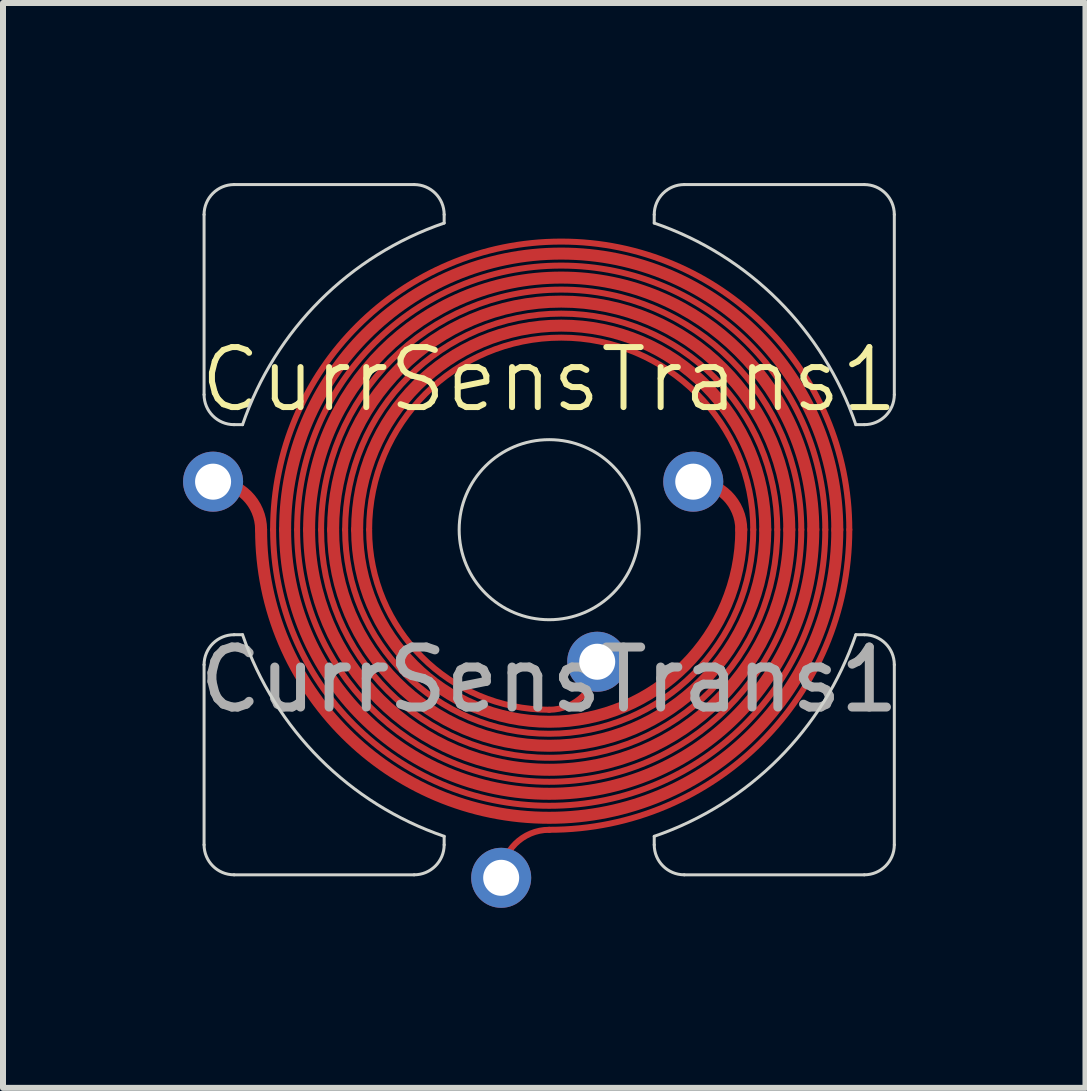
<source format=kicad_pcb>
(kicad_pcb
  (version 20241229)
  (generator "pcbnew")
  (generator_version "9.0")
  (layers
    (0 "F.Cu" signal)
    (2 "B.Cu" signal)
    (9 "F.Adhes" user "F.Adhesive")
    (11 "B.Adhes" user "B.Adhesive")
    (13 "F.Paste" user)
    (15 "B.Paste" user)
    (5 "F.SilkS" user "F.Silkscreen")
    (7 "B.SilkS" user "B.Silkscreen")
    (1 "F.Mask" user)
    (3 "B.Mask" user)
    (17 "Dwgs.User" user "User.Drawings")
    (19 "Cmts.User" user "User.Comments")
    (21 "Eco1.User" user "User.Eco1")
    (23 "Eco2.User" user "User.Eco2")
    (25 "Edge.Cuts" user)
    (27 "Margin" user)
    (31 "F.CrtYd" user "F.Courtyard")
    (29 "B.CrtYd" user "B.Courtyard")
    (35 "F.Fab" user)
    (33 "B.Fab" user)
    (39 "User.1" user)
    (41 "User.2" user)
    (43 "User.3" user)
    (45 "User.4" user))
  (footprint "CurrSensTrans1"
    (layer "F.Cu")
    (at 6.1 5.775)
    (property "Reference" "CurrSensTrans1" (at 0 -2.5 0) (unlocked yes) (layer "F.SilkS") (effects (font (size 1 1) (thickness 0.1))))
    (attr through_hole)
    (fp_arc (start -5.6 -0.8) (mid -5.034315 -0.565685) (end -4.8 0) (stroke (width 0.2) (type solid)) (layer "F.Cu"))
    (fp_arc (start -4.6 0) (mid 0.2 -4.8) (end 5 0) (stroke (width 0.1) (type solid)) (layer "F.Cu"))
    (fp_arc (start -4.4 0) (mid 0.2 -4.6) (end 4.8 0) (stroke (width 0.2) (type solid)) (layer "F.Cu"))
    (fp_arc (start -4.2 0) (mid 0.2 -4.4) (end 4.6 0) (stroke (width 0.1) (type solid)) (layer "F.Cu"))
    (fp_arc (start -4 0) (mid 0.2 -4.2) (end 4.4 0) (stroke (width 0.2) (type solid)) (layer "F.Cu"))
    (fp_arc (start -3.8 0) (mid 0.2 -4) (end 4.2 0) (stroke (width 0.1) (type solid)) (layer "F.Cu"))
    (fp_arc (start -3.6 0) (mid 0.2 -3.8) (end 4 0) (stroke (width 0.2) (type solid)) (layer "F.Cu"))
    (fp_arc (start -3.4 0) (mid 0.2 -3.6) (end 3.8 0) (stroke (width 0.1) (type solid)) (layer "F.Cu"))
    (fp_arc (start -3.2 0) (mid 0.2 -3.4) (end 3.6 0) (stroke (width 0.2) (type solid)) (layer "F.Cu"))
    (fp_arc (start -3 0) (mid 0.2 -3.2) (end 3.4 0) (stroke (width 0.1) (type solid)) (layer "F.Cu"))
    (fp_arc (start -0.8 5.8) (mid -0.565685 5.234315) (end 0 5) (stroke (width 0.1) (type solid)) (layer "F.Cu"))
    (fp_arc (start 0 3) (mid -2.121321 2.121321) (end -3 0) (stroke (width 0.1) (type solid)) (layer "F.Cu"))
    (fp_arc (start 0.8 2.2) (mid 0.565685 2.765685) (end 0 3) (stroke (width 0.1) (type solid)) (layer "F.Cu"))
    (fp_arc (start 2.4 -0.8) (mid 2.965685 -0.565685) (end 3.2 0) (stroke (width 0.2) (type solid)) (layer "F.Cu"))
    (fp_arc (start 3.2 0) (mid 0 3.2) (end -3.2 0) (stroke (width 0.2) (type solid)) (layer "F.Cu"))
    (fp_arc (start 3.4 0) (mid 0 3.4) (end -3.4 0) (stroke (width 0.1) (type solid)) (layer "F.Cu"))
    (fp_arc (start 3.6 0) (mid 0 3.6) (end -3.6 0) (stroke (width 0.2) (type solid)) (layer "F.Cu"))
    (fp_arc (start 3.8 0) (mid 0 3.8) (end -3.8 0) (stroke (width 0.1) (type solid)) (layer "F.Cu"))
    (fp_arc (start 4 0) (mid 0 4) (end -4 0) (stroke (width 0.2) (type solid)) (layer "F.Cu"))
    (fp_arc (start 4.2 0) (mid 0 4.2) (end -4.2 0) (stroke (width 0.1) (type solid)) (layer "F.Cu"))
    (fp_arc (start 4.4 0) (mid 0 4.4) (end -4.4 0) (stroke (width 0.2) (type solid)) (layer "F.Cu"))
    (fp_arc (start 4.6 0) (mid 0 4.6) (end -4.6 0) (stroke (width 0.1) (type solid)) (layer "F.Cu"))
    (fp_arc (start 4.8 0) (mid 0 4.8) (end -4.8 0) (stroke (width 0.2) (type solid)) (layer "F.Cu"))
    (fp_arc (start 5 0) (mid 3.535535 3.535535) (end 0 5) (stroke (width 0.1) (type solid)) (layer "F.Cu"))
    (fp_line (start -5.75 -5.25) (end -5.75 -2.25) (stroke (width 0.05) (type default)) (layer "Edge.Cuts"))
    (fp_line (start -5.75 5.25) (end -5.75 2.25) (stroke (width 0.05) (type default)) (layer "Edge.Cuts"))
    (fp_line (start -5.25 -5.75) (end -2.25 -5.75) (stroke (width 0.05) (type default)) (layer "Edge.Cuts"))
    (fp_line (start -5.25 -1.75) (end -5.109 -1.75) (stroke (width 0.05) (type default)) (layer "Edge.Cuts"))
    (fp_line (start -5.25 1.75) (end -5.109 1.75) (stroke (width 0.05) (type default)) (layer "Edge.Cuts"))
    (fp_line (start -5.25 5.75) (end -2.25 5.75) (stroke (width 0.05) (type default)) (layer "Edge.Cuts"))
    (fp_line (start -1.75 -5.25) (end -1.75 -5.109) (stroke (width 0.05) (type default)) (layer "Edge.Cuts"))
    (fp_line (start -1.75 5.25) (end -1.75 5.109) (stroke (width 0.05) (type default)) (layer "Edge.Cuts"))
    (fp_line (start 1.75 -5.25) (end 1.75 -5.109) (stroke (width 0.05) (type default)) (layer "Edge.Cuts"))
    (fp_line (start 1.75 5.25) (end 1.75 5.109) (stroke (width 0.05) (type default)) (layer "Edge.Cuts"))
    (fp_line (start 5.25 -5.75) (end 2.25 -5.75) (stroke (width 0.05) (type default)) (layer "Edge.Cuts"))
    (fp_line (start 5.25 -1.75) (end 5.109 -1.75) (stroke (width 0.05) (type default)) (layer "Edge.Cuts"))
    (fp_line (start 5.25 1.75) (end 5.109 1.75) (stroke (width 0.05) (type default)) (layer "Edge.Cuts"))
    (fp_line (start 5.25 5.75) (end 2.25 5.75) (stroke (width 0.05) (type default)) (layer "Edge.Cuts"))
    (fp_line (start 5.75 -5.25) (end 5.75 -2.25) (stroke (width 0.05) (type default)) (layer "Edge.Cuts"))
    (fp_line (start 5.75 5.25) (end 5.75 2.25) (stroke (width 0.05) (type default)) (layer "Edge.Cuts"))
    (fp_arc (start -5.75 -5.25) (mid -5.603553 -5.603553) (end -5.25 -5.75) (stroke (width 0.05) (type solid)) (layer "Edge.Cuts"))
    (fp_arc (start -5.75 2.25) (mid -5.603553 1.896447) (end -5.25 1.75) (stroke (width 0.05) (type solid)) (layer "Edge.Cuts"))
    (fp_arc (start -5.25 -1.75) (mid -5.603553 -1.896447) (end -5.75 -2.25) (stroke (width 0.05) (type solid)) (layer "Edge.Cuts"))
    (fp_arc (start -5.25 5.75) (mid -5.603553 5.603553) (end -5.75 5.25) (stroke (width 0.05) (type solid)) (layer "Edge.Cuts"))
    (fp_arc (start -5.108571 -1.75) (mid -3.818377 -3.818377) (end -1.75 -5.108571) (stroke (width 0.05) (type solid)) (layer "Edge.Cuts"))
    (fp_arc (start -2.25 -5.75) (mid -1.896447 -5.603553) (end -1.75 -5.25) (stroke (width 0.05) (type solid)) (layer "Edge.Cuts"))
    (fp_arc (start -1.75 5.108571) (mid -3.818377 3.818377) (end -5.108571 1.75) (stroke (width 0.05) (type solid)) (layer "Edge.Cuts"))
    (fp_arc (start -1.75 5.25) (mid -1.896447 5.603553) (end -2.25 5.75) (stroke (width 0.05) (type solid)) (layer "Edge.Cuts"))
    (fp_arc (start 1.75 -5.25) (mid 1.896447 -5.603553) (end 2.25 -5.75) (stroke (width 0.05) (type solid)) (layer "Edge.Cuts"))
    (fp_arc (start 1.75 -5.108571) (mid 3.818377 -3.818377) (end 5.108571 -1.75) (stroke (width 0.05) (type solid)) (layer "Edge.Cuts"))
    (fp_arc (start 2.25 5.75) (mid 1.896447 5.603553) (end 1.75 5.25) (stroke (width 0.05) (type solid)) (layer "Edge.Cuts"))
    (fp_arc (start 5.108571 1.75) (mid 3.818377 3.818377) (end 1.75 5.108571) (stroke (width 0.05) (type solid)) (layer "Edge.Cuts"))
    (fp_arc (start 5.25 -5.75) (mid 5.603553 -5.603553) (end 5.75 -5.25) (stroke (width 0.05) (type solid)) (layer "Edge.Cuts"))
    (fp_arc (start 5.25 1.75) (mid 5.603553 1.896447) (end 5.75 2.25) (stroke (width 0.05) (type solid)) (layer "Edge.Cuts"))
    (fp_arc (start 5.75 -2.25) (mid 5.603553 -1.896447) (end 5.25 -1.75) (stroke (width 0.05) (type solid)) (layer "Edge.Cuts"))
    (fp_arc (start 5.75 5.25) (mid 5.603553 5.603553) (end 5.25 5.75) (stroke (width 0.05) (type solid)) (layer "Edge.Cuts"))
    (fp_circle (center 0 0) (end 1.5 0) (stroke (width 0.05) (type default)) (fill no) (layer "Edge.Cuts"))
    (fp_text user "${REFERENCE}" (at 0 2.5 0) (unlocked yes) (layer "F.Fab") (effects (font (size 1 1) (thickness 0.15))))
    (pad "1" thru_hole circle (at 2.4 -0.8) (size 1 1) (drill 0.6) (layers "*.Cu" "*.Mask"))
    (pad "2" thru_hole circle (at -5.6 -0.8) (size 1 1) (drill 0.6) (layers "*.Cu" "*.Mask"))
    (pad "3" thru_hole circle (at -0.8 5.8) (size 1 1) (drill 0.6) (layers "*.Cu" "*.Mask"))
    (pad "4" thru_hole circle (at 0.8 2.2) (size 1 1) (drill 0.6) (layers "*.Cu" "*.Mask")))
  (gr_rect
    (start -3 -3)
    (end 15.035 15.075)
    (stroke (width 0.1) (type default))
    (fill no)
    (layer "Edge.Cuts")))
</source>
